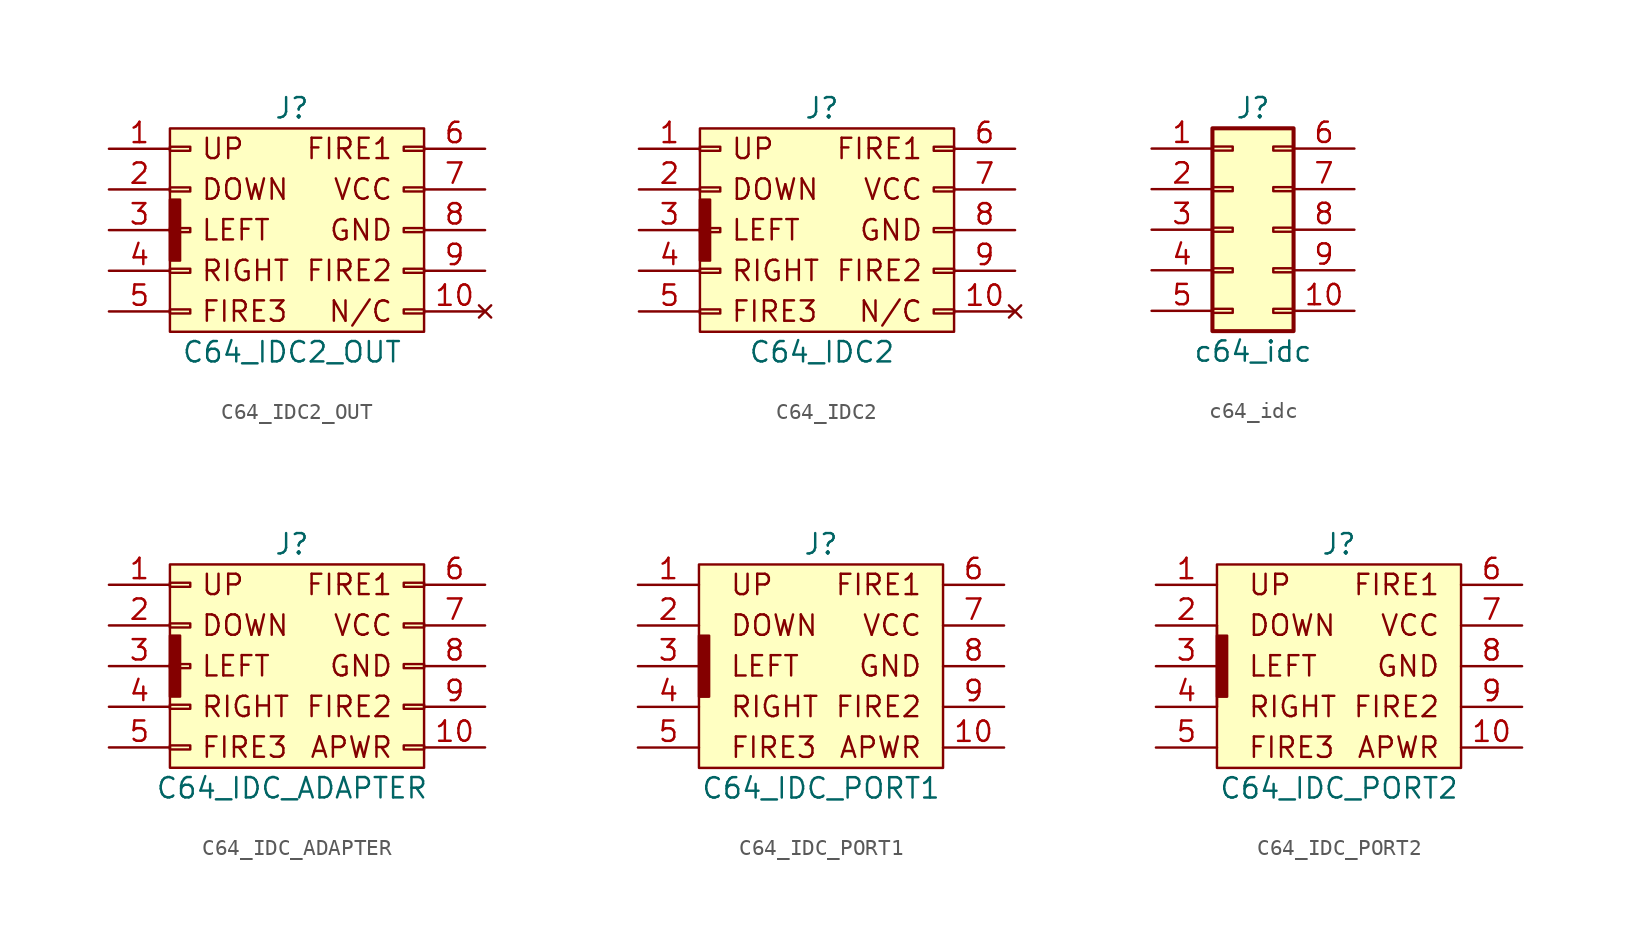
<source format=kicad_sym>
(kicad_symbol_lib
  (version 20231120)
  (generator "kicad_symbol_editor")
  (generator_version "8.0")
  (symbol "C64_IDC2_OUT"
    (pin_names
      (offset 1.016) hide)
    (property "Reference" "J"
      (at 0 7.62 0)
      (effects (font (size 1.27 1.27))))
    (property "Value" "C64_IDC2_OUT"
      (at 0 -7.62 0)
      (effects (font (size 1.27 1.27))))
    (symbol "C64_IDC2_OUT_0_1"
      (rectangle (start -7.62 1.905) (end -6.985 -1.905) (stroke (width 0) (type solid)) (fill (type outline))))
    (symbol "C64_IDC2_OUT_1_1"
      (rectangle (start -7.62 -4.953) (end -6.35 -5.207) (stroke (width 0.152) (type solid)) (fill (type none)))
      (rectangle (start -7.62 -2.413) (end -6.35 -2.667) (stroke (width 0.152) (type solid)) (fill (type none)))
      (rectangle (start -7.62 0.127) (end -6.35 -0.127) (stroke (width 0.152) (type solid)) (fill (type none)))
      (rectangle (start -7.62 2.667) (end -6.35 2.413) (stroke (width 0.152) (type solid)) (fill (type none)))
      (rectangle (start -7.62 5.207) (end -6.35 4.953) (stroke (width 0.152) (type solid)) (fill (type none)))
      (rectangle (start -7.62 6.35) (end 8.255 -6.35) (stroke (width 0) (type solid)) (fill (type background)))
      (rectangle (start 8.255 -4.953) (end 6.985 -5.207) (stroke (width 0.152) (type solid)) (fill (type none)))
      (rectangle (start 8.255 -2.413) (end 6.985 -2.667) (stroke (width 0.152) (type solid)) (fill (type none)))
      (rectangle (start 8.255 0.127) (end 6.985 -0.127) (stroke (width 0.152) (type solid)) (fill (type none)))
      (rectangle (start 8.255 2.667) (end 6.985 2.413) (stroke (width 0.152) (type solid)) (fill (type none)))
      (rectangle (start 8.255 5.207) (end 6.985 4.953) (stroke (width 0.152) (type solid)) (fill (type none)))
      (text "DOWN" (at -5.715 2.54 0) (effects (font (size 1.27 1.27)) (justify left)))
      (text "FIRE1" (at 6.35 5.08 0) (effects (font (size 1.27 1.27)) (justify right)))
      (text "FIRE2" (at 6.35 -2.54 0) (effects (font (size 1.27 1.27)) (justify right)))
      (text "FIRE3" (at -5.715 -5.08 0) (effects (font (size 1.27 1.27)) (justify left)))
      (text "GND" (at 6.35 0 0) (effects (font (size 1.27 1.27)) (justify right)))
      (text "LEFT" (at -5.715 0 0) (effects (font (size 1.27 1.27)) (justify left)))
      (text "N/C" (at 6.35 -5.08 0) (effects (font (size 1.27 1.27)) (justify right)))
      (text "RIGHT" (at -5.715 -2.54 0) (effects (font (size 1.27 1.27)) (justify left)))
      (text "UP" (at -5.715 5.08 0) (effects (font (size 1.27 1.27)) (justify left)))
      (text "VCC" (at 6.35 2.54 0) (effects (font (size 1.27 1.27)) (justify right)))
      (pin passive line (at -11.43 5.08 0) (length 3.81) (name "Pin_1" (effects (font (size 1.27 1.27)))) (number "1" (effects (font (size 1.27 1.27)))))
      (pin no_connect line (at 12.065 -5.08 180) (length 3.81) (name "Pin_10" (effects (font (size 1.27 1.27)))) (number "10" (effects (font (size 1.27 1.27)))))
      (pin passive line (at -11.43 2.54 0) (length 3.81) (name "Pin_2" (effects (font (size 1.27 1.27)))) (number "2" (effects (font (size 1.27 1.27)))))
      (pin passive line (at -11.43 0 0) (length 3.81) (name "Pin_3" (effects (font (size 1.27 1.27)))) (number "3" (effects (font (size 1.27 1.27)))))
      (pin passive line (at -11.43 -2.54 0) (length 3.81) (name "Pin_4" (effects (font (size 1.27 1.27)))) (number "4" (effects (font (size 1.27 1.27)))))
      (pin passive line (at -11.43 -5.08 0) (length 3.81) (name "Pin_5" (effects (font (size 1.27 1.27)))) (number "5" (effects (font (size 1.27 1.27)))))
      (pin passive line (at 12.065 5.08 180) (length 3.81) (name "Pin_6" (effects (font (size 1.27 1.27)))) (number "6" (effects (font (size 1.27 1.27)))))
      (pin power_in line (at 12.065 2.54 180) (length 3.81) (name "Pin_7" (effects (font (size 1.27 1.27)))) (number "7" (effects (font (size 1.27 1.27)))))
      (pin power_in line (at 12.065 0 180) (length 3.81) (name "Pin_8" (effects (font (size 1.27 1.27)))) (number "8" (effects (font (size 1.27 1.27)))))
      (pin passive line (at 12.065 -2.54 180) (length 3.81) (name "Pin_9" (effects (font (size 1.27 1.27)))) (number "9" (effects (font (size 1.27 1.27)))))))
  (symbol "C64_IDC2"
    (pin_names
      (offset 1.016) hide)
    (property "Reference" "J"
      (at 0 7.62 0)
      (effects (font (size 1.27 1.27))))
    (property "Value" "C64_IDC2"
      (at 0 -7.62 0)
      (effects (font (size 1.27 1.27))))
    (symbol "C64_IDC2_0_1"
      (rectangle (start -7.62 1.905) (end -6.985 -1.905) (stroke (width 0) (type solid)) (fill (type outline))))
    (symbol "C64_IDC2_1_1"
      (rectangle (start -7.62 -4.953) (end -6.35 -5.207) (stroke (width 0.152) (type solid)) (fill (type none)))
      (rectangle (start -7.62 -2.413) (end -6.35 -2.667) (stroke (width 0.152) (type solid)) (fill (type none)))
      (rectangle (start -7.62 0.127) (end -6.35 -0.127) (stroke (width 0.152) (type solid)) (fill (type none)))
      (rectangle (start -7.62 2.667) (end -6.35 2.413) (stroke (width 0.152) (type solid)) (fill (type none)))
      (rectangle (start -7.62 5.207) (end -6.35 4.953) (stroke (width 0.152) (type solid)) (fill (type none)))
      (rectangle (start -7.62 6.35) (end 8.255 -6.35) (stroke (width 0) (type solid)) (fill (type background)))
      (rectangle (start 8.255 -4.953) (end 6.985 -5.207) (stroke (width 0.152) (type solid)) (fill (type none)))
      (rectangle (start 8.255 -2.413) (end 6.985 -2.667) (stroke (width 0.152) (type solid)) (fill (type none)))
      (rectangle (start 8.255 0.127) (end 6.985 -0.127) (stroke (width 0.152) (type solid)) (fill (type none)))
      (rectangle (start 8.255 2.667) (end 6.985 2.413) (stroke (width 0.152) (type solid)) (fill (type none)))
      (rectangle (start 8.255 5.207) (end 6.985 4.953) (stroke (width 0.152) (type solid)) (fill (type none)))
      (text "DOWN" (at -5.715 2.54 0) (effects (font (size 1.27 1.27)) (justify left)))
      (text "FIRE1" (at 6.35 5.08 0) (effects (font (size 1.27 1.27)) (justify right)))
      (text "FIRE2" (at 6.35 -2.54 0) (effects (font (size 1.27 1.27)) (justify right)))
      (text "FIRE3" (at -5.715 -5.08 0) (effects (font (size 1.27 1.27)) (justify left)))
      (text "GND" (at 6.35 0 0) (effects (font (size 1.27 1.27)) (justify right)))
      (text "LEFT" (at -5.715 0 0) (effects (font (size 1.27 1.27)) (justify left)))
      (text "N/C" (at 6.35 -5.08 0) (effects (font (size 1.27 1.27)) (justify right)))
      (text "RIGHT" (at -5.715 -2.54 0) (effects (font (size 1.27 1.27)) (justify left)))
      (text "UP" (at -5.715 5.08 0) (effects (font (size 1.27 1.27)) (justify left)))
      (text "VCC" (at 6.35 2.54 0) (effects (font (size 1.27 1.27)) (justify right)))
      (pin passive line (at -11.43 5.08 0) (length 3.81) (name "Pin_1" (effects (font (size 1.27 1.27)))) (number "1" (effects (font (size 1.27 1.27)))))
      (pin no_connect line (at 12.065 -5.08 180) (length 3.81) (name "Pin_10" (effects (font (size 1.27 1.27)))) (number "10" (effects (font (size 1.27 1.27)))))
      (pin passive line (at -11.43 2.54 0) (length 3.81) (name "Pin_2" (effects (font (size 1.27 1.27)))) (number "2" (effects (font (size 1.27 1.27)))))
      (pin passive line (at -11.43 0 0) (length 3.81) (name "Pin_3" (effects (font (size 1.27 1.27)))) (number "3" (effects (font (size 1.27 1.27)))))
      (pin passive line (at -11.43 -2.54 0) (length 3.81) (name "Pin_4" (effects (font (size 1.27 1.27)))) (number "4" (effects (font (size 1.27 1.27)))))
      (pin passive line (at -11.43 -5.08 0) (length 3.81) (name "Pin_5" (effects (font (size 1.27 1.27)))) (number "5" (effects (font (size 1.27 1.27)))))
      (pin passive line (at 12.065 5.08 180) (length 3.81) (name "Pin_6" (effects (font (size 1.27 1.27)))) (number "6" (effects (font (size 1.27 1.27)))))
      (pin power_out line (at 12.065 2.54 180) (length 3.81) (name "Pin_7" (effects (font (size 1.27 1.27)))) (number "7" (effects (font (size 1.27 1.27)))))
      (pin power_out line (at 12.065 0 180) (length 3.81) (name "Pin_8" (effects (font (size 1.27 1.27)))) (number "8" (effects (font (size 1.27 1.27)))))
      (pin passive line (at 12.065 -2.54 180) (length 3.81) (name "Pin_9" (effects (font (size 1.27 1.27)))) (number "9" (effects (font (size 1.27 1.27)))))))
  (symbol "c64_idc"
    (pin_names
      (offset 1.016) hide)
    (property "Reference" "J"
      (at 1.27 7.62 0)
      (effects (font (size 1.27 1.27))))
    (property "Value" "c64_idc"
      (at 1.27 -7.62 0)
      (effects (font (size 1.27 1.27))))
    (symbol "c64_idc_1_1"
      (rectangle (start -1.27 -4.953) (end 0 -5.207) (stroke (width 0.152) (type solid)) (fill (type none)))
      (rectangle (start -1.27 -2.413) (end 0 -2.667) (stroke (width 0.152) (type solid)) (fill (type none)))
      (rectangle (start -1.27 0.127) (end 0 -0.127) (stroke (width 0.152) (type solid)) (fill (type none)))
      (rectangle (start -1.27 2.667) (end 0 2.413) (stroke (width 0.152) (type solid)) (fill (type none)))
      (rectangle (start -1.27 5.207) (end 0 4.953) (stroke (width 0.152) (type solid)) (fill (type none)))
      (rectangle (start -1.27 6.35) (end 3.81 -6.35) (stroke (width 0.254) (type solid)) (fill (type background)))
      (rectangle (start 3.81 -4.953) (end 2.54 -5.207) (stroke (width 0.152) (type solid)) (fill (type none)))
      (rectangle (start 3.81 -2.413) (end 2.54 -2.667) (stroke (width 0.152) (type solid)) (fill (type none)))
      (rectangle (start 3.81 0.127) (end 2.54 -0.127) (stroke (width 0.152) (type solid)) (fill (type none)))
      (rectangle (start 3.81 2.667) (end 2.54 2.413) (stroke (width 0.152) (type solid)) (fill (type none)))
      (rectangle (start 3.81 5.207) (end 2.54 4.953) (stroke (width 0.152) (type solid)) (fill (type none)))
      (pin passive line (at -5.08 5.08 0) (length 3.81) (name "Pin_1" (effects (font (size 1.27 1.27)))) (number "1" (effects (font (size 1.27 1.27)))))
      (pin passive line (at 7.62 -5.08 180) (length 3.81) (name "Pin_10" (effects (font (size 1.27 1.27)))) (number "10" (effects (font (size 1.27 1.27)))))
      (pin passive line (at -5.08 2.54 0) (length 3.81) (name "Pin_2" (effects (font (size 1.27 1.27)))) (number "2" (effects (font (size 1.27 1.27)))))
      (pin passive line (at -5.08 0 0) (length 3.81) (name "Pin_3" (effects (font (size 1.27 1.27)))) (number "3" (effects (font (size 1.27 1.27)))))
      (pin passive line (at -5.08 -2.54 0) (length 3.81) (name "Pin_4" (effects (font (size 1.27 1.27)))) (number "4" (effects (font (size 1.27 1.27)))))
      (pin passive line (at -5.08 -5.08 0) (length 3.81) (name "Pin_5" (effects (font (size 1.27 1.27)))) (number "5" (effects (font (size 1.27 1.27)))))
      (pin passive line (at 7.62 5.08 180) (length 3.81) (name "Pin_6" (effects (font (size 1.27 1.27)))) (number "6" (effects (font (size 1.27 1.27)))))
      (pin power_out line (at 7.62 2.54 180) (length 3.81) (name "Pin_7" (effects (font (size 1.27 1.27)))) (number "7" (effects (font (size 1.27 1.27)))))
      (pin power_out line (at 7.62 0 180) (length 3.81) (name "Pin_8" (effects (font (size 1.27 1.27)))) (number "8" (effects (font (size 1.27 1.27)))))
      (pin passive line (at 7.62 -2.54 180) (length 3.81) (name "Pin_9" (effects (font (size 1.27 1.27)))) (number "9" (effects (font (size 1.27 1.27)))))))
  (symbol "C64_IDC_ADAPTER"
    (pin_names
      (offset 1.016) hide)
    (property "Reference" "J"
      (at 0 7.62 0)
      (effects (font (size 1.27 1.27))))
    (property "Value" "C64_IDC_ADAPTER"
      (at 0 -7.62 0)
      (effects (font (size 1.27 1.27))))
    (symbol "C64_IDC_ADAPTER_0_1"
      (rectangle (start -7.62 1.905) (end -6.985 -1.905) (stroke (width 0) (type solid)) (fill (type outline))))
    (symbol "C64_IDC_ADAPTER_1_1"
      (rectangle (start -7.62 -4.953) (end -6.35 -5.207) (stroke (width 0.152) (type solid)) (fill (type none)))
      (rectangle (start -7.62 -2.413) (end -6.35 -2.667) (stroke (width 0.152) (type solid)) (fill (type none)))
      (rectangle (start -7.62 0.127) (end -6.35 -0.127) (stroke (width 0.152) (type solid)) (fill (type none)))
      (rectangle (start -7.62 2.667) (end -6.35 2.413) (stroke (width 0.152) (type solid)) (fill (type none)))
      (rectangle (start -7.62 5.207) (end -6.35 4.953) (stroke (width 0.152) (type solid)) (fill (type none)))
      (rectangle (start -7.62 6.35) (end 8.255 -6.35) (stroke (width 0) (type solid)) (fill (type background)))
      (rectangle (start 8.255 -4.953) (end 6.985 -5.207) (stroke (width 0.152) (type solid)) (fill (type none)))
      (rectangle (start 8.255 -2.413) (end 6.985 -2.667) (stroke (width 0.152) (type solid)) (fill (type none)))
      (rectangle (start 8.255 0.127) (end 6.985 -0.127) (stroke (width 0.152) (type solid)) (fill (type none)))
      (rectangle (start 8.255 2.667) (end 6.985 2.413) (stroke (width 0.152) (type solid)) (fill (type none)))
      (rectangle (start 8.255 5.207) (end 6.985 4.953) (stroke (width 0.152) (type solid)) (fill (type none)))
      (text "APWR" (at 6.35 -5.08 0) (effects (font (size 1.27 1.27)) (justify right)))
      (text "DOWN" (at -5.715 2.54 0) (effects (font (size 1.27 1.27)) (justify left)))
      (text "FIRE1" (at 6.35 5.08 0) (effects (font (size 1.27 1.27)) (justify right)))
      (text "FIRE2" (at 6.35 -2.54 0) (effects (font (size 1.27 1.27)) (justify right)))
      (text "FIRE3" (at -5.715 -5.08 0) (effects (font (size 1.27 1.27)) (justify left)))
      (text "GND" (at 6.35 0 0) (effects (font (size 1.27 1.27)) (justify right)))
      (text "LEFT" (at -5.715 0 0) (effects (font (size 1.27 1.27)) (justify left)))
      (text "RIGHT" (at -5.715 -2.54 0) (effects (font (size 1.27 1.27)) (justify left)))
      (text "UP" (at -5.715 5.08 0) (effects (font (size 1.27 1.27)) (justify left)))
      (text "VCC" (at 6.35 2.54 0) (effects (font (size 1.27 1.27)) (justify right)))
      (pin passive line (at -11.43 5.08 0) (length 3.81) (name "Pin_1" (effects (font (size 1.27 1.27)))) (number "1" (effects (font (size 1.27 1.27)))))
      (pin power_out line (at 12.065 -5.08 180) (length 3.81) (name "EX_VCC" (effects (font (size 1.27 1.27)))) (number "10" (effects (font (size 1.27 1.27)))))
      (pin passive line (at -11.43 2.54 0) (length 3.81) (name "Pin_2" (effects (font (size 1.27 1.27)))) (number "2" (effects (font (size 1.27 1.27)))))
      (pin passive line (at -11.43 0 0) (length 3.81) (name "Pin_3" (effects (font (size 1.27 1.27)))) (number "3" (effects (font (size 1.27 1.27)))))
      (pin passive line (at -11.43 -2.54 0) (length 3.81) (name "Pin_4" (effects (font (size 1.27 1.27)))) (number "4" (effects (font (size 1.27 1.27)))))
      (pin passive line (at -11.43 -5.08 0) (length 3.81) (name "Pin_5" (effects (font (size 1.27 1.27)))) (number "5" (effects (font (size 1.27 1.27)))))
      (pin passive line (at 12.065 5.08 180) (length 3.81) (name "Pin_6" (effects (font (size 1.27 1.27)))) (number "6" (effects (font (size 1.27 1.27)))))
      (pin power_in line (at 12.065 2.54 180) (length 3.81) (name "Pin_7" (effects (font (size 1.27 1.27)))) (number "7" (effects (font (size 1.27 1.27)))))
      (pin power_in line (at 12.065 0 180) (length 3.81) (name "Pin_8" (effects (font (size 1.27 1.27)))) (number "8" (effects (font (size 1.27 1.27)))))
      (pin passive line (at 12.065 -2.54 180) (length 3.81) (name "Pin_9" (effects (font (size 1.27 1.27)))) (number "9" (effects (font (size 1.27 1.27)))))))
  (symbol "C64_IDC_PORT1"
    (pin_names
      (offset 1.016) hide)
    (property "Reference" "J"
      (at 0 7.62 0)
      (effects (font (size 1.27 1.27))))
    (property "Value" "C64_IDC_PORT1"
      (at 0 -7.62 0)
      (effects (font (size 1.27 1.27))))
    (symbol "C64_IDC_PORT1_0_1"
      (rectangle (start -7.62 1.905) (end -6.985 -1.905) (stroke (width 0) (type solid)) (fill (type outline))))
    (symbol "C64_IDC_PORT1_1_1"
      (rectangle (start -7.62 6.35) (end 7.62 -6.35) (stroke (width 0) (type solid)) (fill (type background)))
      (text "APWR" (at 6.35 -5.08 0) (effects (font (size 1.27 1.27)) (justify right)))
      (text "DOWN" (at -5.715 2.54 0) (effects (font (size 1.27 1.27)) (justify left)))
      (text "FIRE1" (at 6.35 5.08 0) (effects (font (size 1.27 1.27)) (justify right)))
      (text "FIRE2" (at 6.35 -2.54 0) (effects (font (size 1.27 1.27)) (justify right)))
      (text "FIRE3" (at -5.715 -5.08 0) (effects (font (size 1.27 1.27)) (justify left)))
      (text "GND" (at 6.35 0 0) (effects (font (size 1.27 1.27)) (justify right)))
      (text "LEFT" (at -5.715 0 0) (effects (font (size 1.27 1.27)) (justify left)))
      (text "RIGHT" (at -5.715 -2.54 0) (effects (font (size 1.27 1.27)) (justify left)))
      (text "UP" (at -5.715 5.08 0) (effects (font (size 1.27 1.27)) (justify left)))
      (text "VCC" (at 6.35 2.54 0) (effects (font (size 1.27 1.27)) (justify right)))
      (pin passive line (at -11.43 5.08 0) (length 3.81) (name "Pin_1" (effects (font (size 1.27 1.27)))) (number "1" (effects (font (size 1.27 1.27)))))
      (pin power_in line (at 11.43 -5.08 180) (length 3.81) (name "EX_VCC" (effects (font (size 1.27 1.27)))) (number "10" (effects (font (size 1.27 1.27)))))
      (pin passive line (at -11.43 2.54 0) (length 3.81) (name "Pin_2" (effects (font (size 1.27 1.27)))) (number "2" (effects (font (size 1.27 1.27)))))
      (pin passive line (at -11.43 0 0) (length 3.81) (name "Pin_3" (effects (font (size 1.27 1.27)))) (number "3" (effects (font (size 1.27 1.27)))))
      (pin passive line (at -11.43 -2.54 0) (length 3.81) (name "Pin_4" (effects (font (size 1.27 1.27)))) (number "4" (effects (font (size 1.27 1.27)))))
      (pin passive line (at -11.43 -5.08 0) (length 3.81) (name "Pin_5" (effects (font (size 1.27 1.27)))) (number "5" (effects (font (size 1.27 1.27)))))
      (pin passive line (at 11.43 5.08 180) (length 3.81) (name "Pin_6" (effects (font (size 1.27 1.27)))) (number "6" (effects (font (size 1.27 1.27)))))
      (pin power_in line (at 11.43 2.54 180) (length 3.81) (name "Pin_7" (effects (font (size 1.27 1.27)))) (number "7" (effects (font (size 1.27 1.27)))))
      (pin power_in line (at 11.43 0 180) (length 3.81) (name "Pin_8" (effects (font (size 1.27 1.27)))) (number "8" (effects (font (size 1.27 1.27)))))
      (pin passive line (at 11.43 -2.54 180) (length 3.81) (name "Pin_9" (effects (font (size 1.27 1.27)))) (number "9" (effects (font (size 1.27 1.27)))))))
  (symbol "C64_IDC_PORT2"
    (pin_names
      (offset 1.016) hide)
    (property "Reference" "J"
      (at 0 7.62 0)
      (effects (font (size 1.27 1.27))))
    (property "Value" "C64_IDC_PORT2"
      (at 0 -7.62 0)
      (effects (font (size 1.27 1.27))))
    (symbol "C64_IDC_PORT2_0_1"
      (rectangle (start -7.62 1.905) (end -6.985 -1.905) (stroke (width 0) (type solid)) (fill (type outline)))
      (rectangle (start -7.62 2.54) (end -7.62 -2.54) (stroke (width 0) (type solid)) (fill (type outline))))
    (symbol "C64_IDC_PORT2_1_1"
      (rectangle (start -7.62 6.35) (end 7.62 -6.35) (stroke (width 0) (type solid)) (fill (type background)))
      (text "APWR" (at 6.35 -5.08 0) (effects (font (size 1.27 1.27)) (justify right)))
      (text "DOWN" (at -5.715 2.54 0) (effects (font (size 1.27 1.27)) (justify left)))
      (text "FIRE1" (at 6.35 5.08 0) (effects (font (size 1.27 1.27)) (justify right)))
      (text "FIRE2" (at 6.35 -2.54 0) (effects (font (size 1.27 1.27)) (justify right)))
      (text "FIRE3" (at -5.715 -5.08 0) (effects (font (size 1.27 1.27)) (justify left)))
      (text "GND" (at 6.35 0 0) (effects (font (size 1.27 1.27)) (justify right)))
      (text "LEFT" (at -5.715 0 0) (effects (font (size 1.27 1.27)) (justify left)))
      (text "RIGHT" (at -5.715 -2.54 0) (effects (font (size 1.27 1.27)) (justify left)))
      (text "UP" (at -5.715 5.08 0) (effects (font (size 1.27 1.27)) (justify left)))
      (text "VCC" (at 6.35 2.54 0) (effects (font (size 1.27 1.27)) (justify right)))
      (pin passive line (at -11.43 5.08 0) (length 3.81) (name "Pin_1" (effects (font (size 1.27 1.27)))) (number "1" (effects (font (size 1.27 1.27)))))
      (pin power_in line (at 11.43 -5.08 180) (length 3.81) (name "EX_VCC" (effects (font (size 1.27 1.27)))) (number "10" (effects (font (size 1.27 1.27)))))
      (pin passive line (at -11.43 2.54 0) (length 3.81) (name "Pin_2" (effects (font (size 1.27 1.27)))) (number "2" (effects (font (size 1.27 1.27)))))
      (pin passive line (at -11.43 0 0) (length 3.81) (name "Pin_3" (effects (font (size 1.27 1.27)))) (number "3" (effects (font (size 1.27 1.27)))))
      (pin passive line (at -11.43 -2.54 0) (length 3.81) (name "Pin_4" (effects (font (size 1.27 1.27)))) (number "4" (effects (font (size 1.27 1.27)))))
      (pin passive line (at -11.43 -5.08 0) (length 3.81) (name "Pin_5" (effects (font (size 1.27 1.27)))) (number "5" (effects (font (size 1.27 1.27)))))
      (pin passive line (at 11.43 5.08 180) (length 3.81) (name "Pin_6" (effects (font (size 1.27 1.27)))) (number "6" (effects (font (size 1.27 1.27)))))
      (pin power_out line (at 11.43 2.54 180) (length 3.81) (name "Pin_7" (effects (font (size 1.27 1.27)))) (number "7" (effects (font (size 1.27 1.27)))))
      (pin power_out line (at 11.43 0 180) (length 3.81) (name "Pin_8" (effects (font (size 1.27 1.27)))) (number "8" (effects (font (size 1.27 1.27)))))
      (pin passive line (at 11.43 -2.54 180) (length 3.81) (name "Pin_9" (effects (font (size 1.27 1.27)))) (number "9" (effects (font (size 1.27 1.27))))))))
</source>
